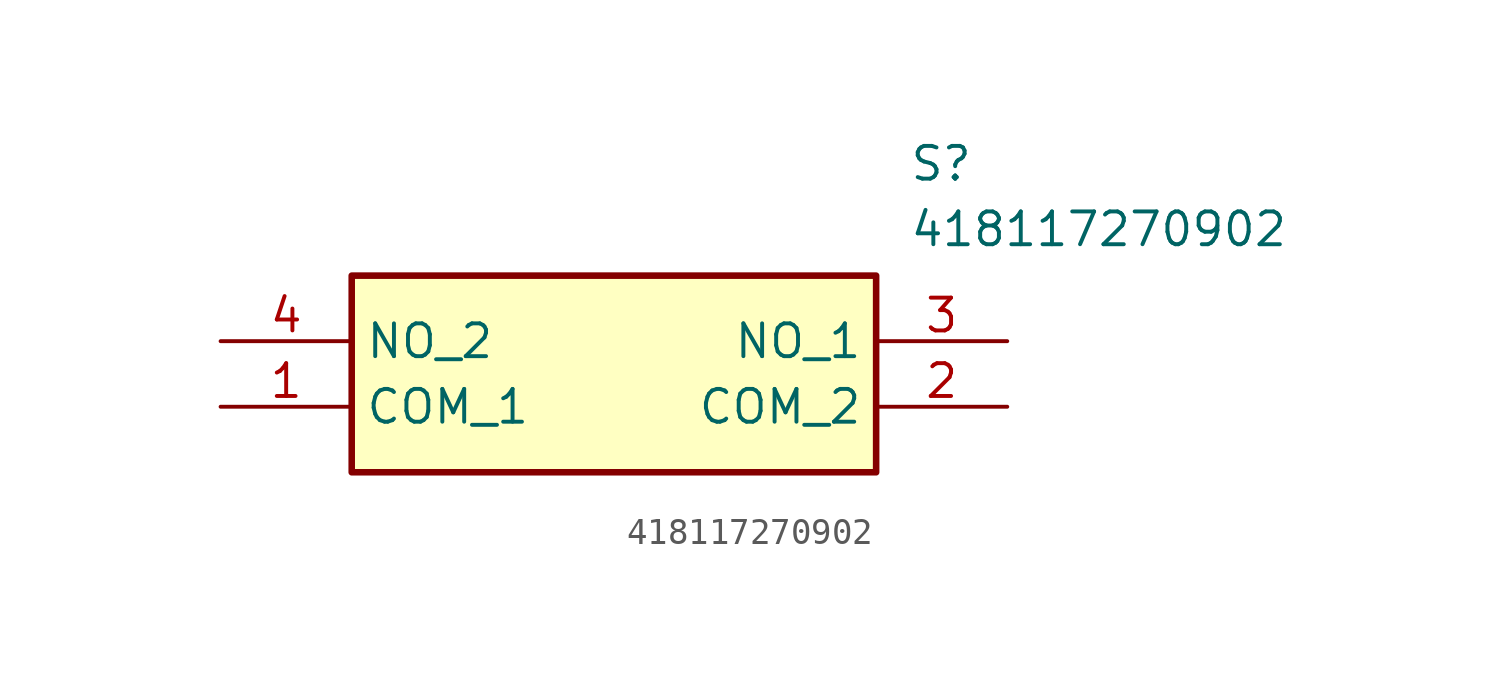
<source format=kicad_sym>
(kicad_symbol_lib
  (version 20211014)
  (generator SamacSys_ECAD_Model)
  (symbol "418117270902"
    (property "Reference" "S"
      (at 26.67 7.62 0)
      (effects (font (size 1.27 1.27)) (justify left top)))
    (property "Value" "418117270902"
      (at 26.67 5.08 0)
      (effects (font (size 1.27 1.27)) (justify left top)))
    (rectangle
      (start 5.08 2.54)
      (end 25.4 -5.08)
      (stroke (width 0.254) (type default))
      (fill (type background)))
    (pin passive line
      (at 0 -2.54 0)
      (length 5.08)
      (name "COM_1" (effects (font (size 1.27 1.27))))
      (number "1" (effects (font (size 1.27 1.27)))))
    (pin passive line
      (at 30.48 -2.54 180)
      (length 5.08)
      (name "COM_2" (effects (font (size 1.27 1.27))))
      (number "2" (effects (font (size 1.27 1.27)))))
    (pin passive line
      (at 30.48 0 180)
      (length 5.08)
      (name "NO_1" (effects (font (size 1.27 1.27))))
      (number "3" (effects (font (size 1.27 1.27)))))
    (pin passive line
      (at 0 0 0)
      (length 5.08)
      (name "NO_2" (effects (font (size 1.27 1.27))))
      (number "4" (effects (font (size 1.27 1.27)))))))
</source>
